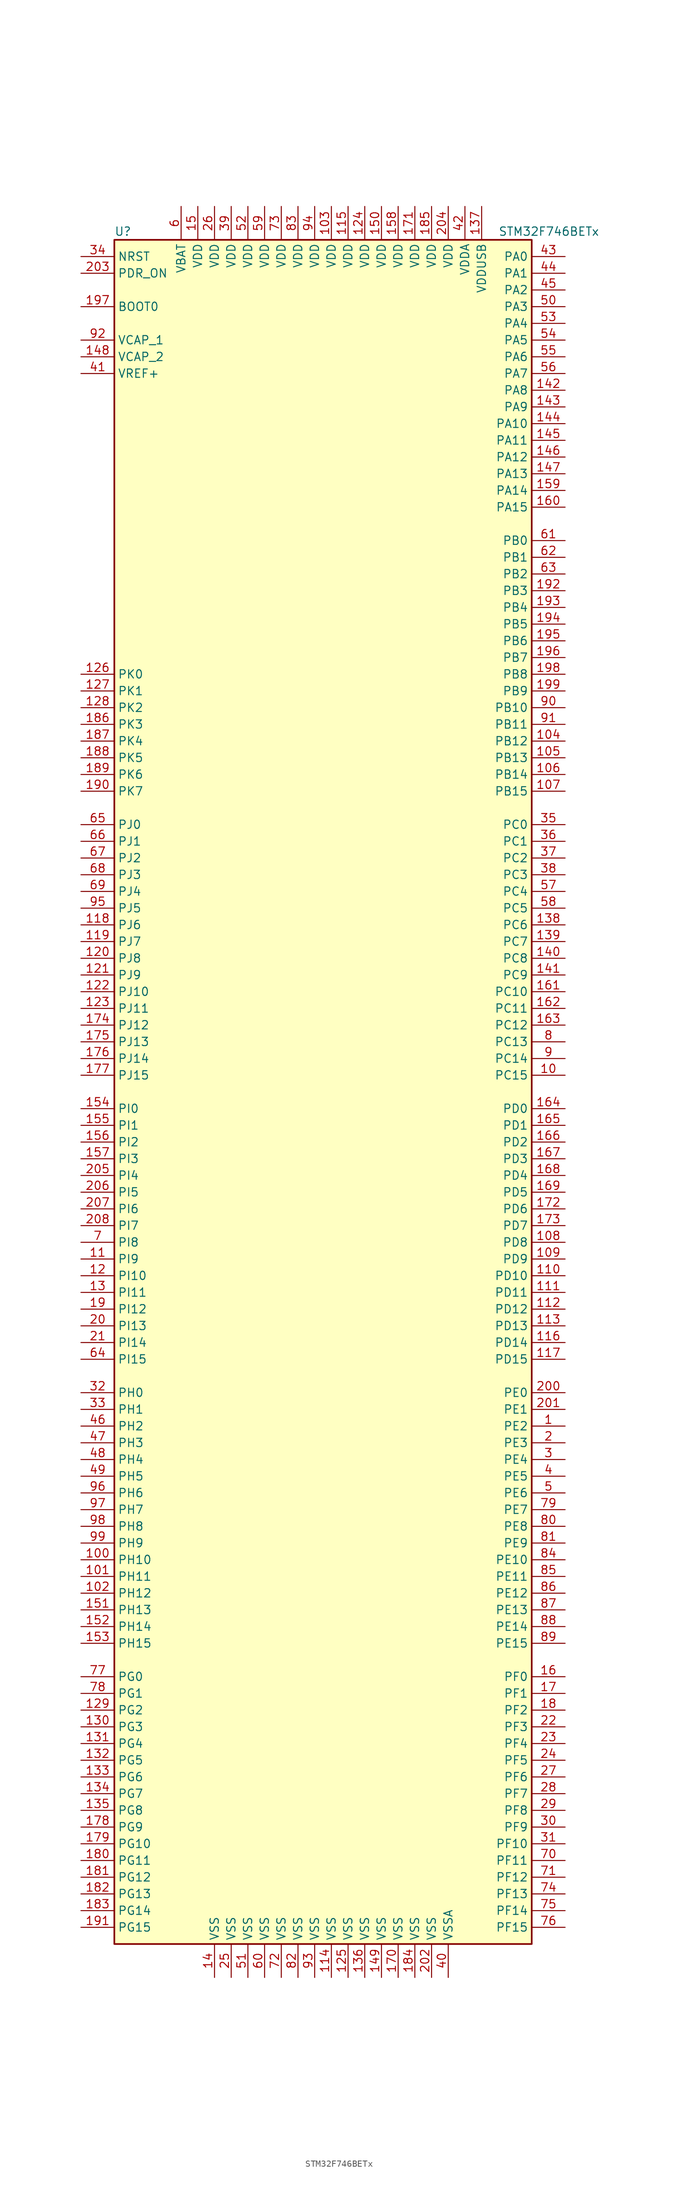
<source format=kicad_sym>
(kicad_symbol_lib
  (version 20201005)
  (generator kicad_symbol_editor)
  (symbol "STM32F746BETx"
    (property "Reference" "U"
      (at -33.02 130.81 0)
      (effects (font (size 1.27 1.27)) (justify left)))
    (property "Value" "STM32F746BETx"
      (at 25.4 130.81 0)
      (effects (font (size 1.27 1.27)) (justify left)))
    (symbol "STM32F746BETx_0_1"
      (rectangle (start -33.02 -129.54) (end 30.48 129.54) (stroke (width 0.254)) (fill (type background))))
    (symbol "STM32F746BETx_1_1"
      (pin input line (at -38.1 119.38 0) (length 5.08) (name "BOOT0" (effects (font (size 1.27 1.27)))) (number "197" (effects (font (size 1.27 1.27)))))
      (pin input line (at -38.1 127 0) (length 5.08) (name "NRST" (effects (font (size 1.27 1.27)))) (number "34" (effects (font (size 1.27 1.27)))))
      (pin bidirectional line (at 35.56 127 180) (length 5.08) (name "PA0" (effects (font (size 1.27 1.27)))) (number "43" (effects (font (size 1.27 1.27)))))
      (pin bidirectional line (at 35.56 124.46 180) (length 5.08) (name "PA1" (effects (font (size 1.27 1.27)))) (number "44" (effects (font (size 1.27 1.27)))))
      (pin bidirectional line (at 35.56 101.6 180) (length 5.08) (name "PA10" (effects (font (size 1.27 1.27)))) (number "144" (effects (font (size 1.27 1.27)))))
      (pin bidirectional line (at 35.56 99.06 180) (length 5.08) (name "PA11" (effects (font (size 1.27 1.27)))) (number "145" (effects (font (size 1.27 1.27)))))
      (pin bidirectional line (at 35.56 96.52 180) (length 5.08) (name "PA12" (effects (font (size 1.27 1.27)))) (number "146" (effects (font (size 1.27 1.27)))))
      (pin bidirectional line (at 35.56 93.98 180) (length 5.08) (name "PA13" (effects (font (size 1.27 1.27)))) (number "147" (effects (font (size 1.27 1.27)))))
      (pin bidirectional line (at 35.56 91.44 180) (length 5.08) (name "PA14" (effects (font (size 1.27 1.27)))) (number "159" (effects (font (size 1.27 1.27)))))
      (pin bidirectional line (at 35.56 88.9 180) (length 5.08) (name "PA15" (effects (font (size 1.27 1.27)))) (number "160" (effects (font (size 1.27 1.27)))))
      (pin bidirectional line (at 35.56 121.92 180) (length 5.08) (name "PA2" (effects (font (size 1.27 1.27)))) (number "45" (effects (font (size 1.27 1.27)))))
      (pin bidirectional line (at 35.56 119.38 180) (length 5.08) (name "PA3" (effects (font (size 1.27 1.27)))) (number "50" (effects (font (size 1.27 1.27)))))
      (pin bidirectional line (at 35.56 116.84 180) (length 5.08) (name "PA4" (effects (font (size 1.27 1.27)))) (number "53" (effects (font (size 1.27 1.27)))))
      (pin bidirectional line (at 35.56 114.3 180) (length 5.08) (name "PA5" (effects (font (size 1.27 1.27)))) (number "54" (effects (font (size 1.27 1.27)))))
      (pin bidirectional line (at 35.56 111.76 180) (length 5.08) (name "PA6" (effects (font (size 1.27 1.27)))) (number "55" (effects (font (size 1.27 1.27)))))
      (pin bidirectional line (at 35.56 109.22 180) (length 5.08) (name "PA7" (effects (font (size 1.27 1.27)))) (number "56" (effects (font (size 1.27 1.27)))))
      (pin bidirectional line (at 35.56 106.68 180) (length 5.08) (name "PA8" (effects (font (size 1.27 1.27)))) (number "142" (effects (font (size 1.27 1.27)))))
      (pin bidirectional line (at 35.56 104.14 180) (length 5.08) (name "PA9" (effects (font (size 1.27 1.27)))) (number "143" (effects (font (size 1.27 1.27)))))
      (pin bidirectional line (at 35.56 83.82 180) (length 5.08) (name "PB0" (effects (font (size 1.27 1.27)))) (number "61" (effects (font (size 1.27 1.27)))))
      (pin bidirectional line (at 35.56 81.28 180) (length 5.08) (name "PB1" (effects (font (size 1.27 1.27)))) (number "62" (effects (font (size 1.27 1.27)))))
      (pin bidirectional line (at 35.56 58.42 180) (length 5.08) (name "PB10" (effects (font (size 1.27 1.27)))) (number "90" (effects (font (size 1.27 1.27)))))
      (pin bidirectional line (at 35.56 55.88 180) (length 5.08) (name "PB11" (effects (font (size 1.27 1.27)))) (number "91" (effects (font (size 1.27 1.27)))))
      (pin bidirectional line (at 35.56 53.34 180) (length 5.08) (name "PB12" (effects (font (size 1.27 1.27)))) (number "104" (effects (font (size 1.27 1.27)))))
      (pin bidirectional line (at 35.56 50.8 180) (length 5.08) (name "PB13" (effects (font (size 1.27 1.27)))) (number "105" (effects (font (size 1.27 1.27)))))
      (pin bidirectional line (at 35.56 48.26 180) (length 5.08) (name "PB14" (effects (font (size 1.27 1.27)))) (number "106" (effects (font (size 1.27 1.27)))))
      (pin bidirectional line (at 35.56 45.72 180) (length 5.08) (name "PB15" (effects (font (size 1.27 1.27)))) (number "107" (effects (font (size 1.27 1.27)))))
      (pin bidirectional line (at 35.56 78.74 180) (length 5.08) (name "PB2" (effects (font (size 1.27 1.27)))) (number "63" (effects (font (size 1.27 1.27)))))
      (pin bidirectional line (at 35.56 76.2 180) (length 5.08) (name "PB3" (effects (font (size 1.27 1.27)))) (number "192" (effects (font (size 1.27 1.27)))))
      (pin bidirectional line (at 35.56 73.66 180) (length 5.08) (name "PB4" (effects (font (size 1.27 1.27)))) (number "193" (effects (font (size 1.27 1.27)))))
      (pin bidirectional line (at 35.56 71.12 180) (length 5.08) (name "PB5" (effects (font (size 1.27 1.27)))) (number "194" (effects (font (size 1.27 1.27)))))
      (pin bidirectional line (at 35.56 68.58 180) (length 5.08) (name "PB6" (effects (font (size 1.27 1.27)))) (number "195" (effects (font (size 1.27 1.27)))))
      (pin bidirectional line (at 35.56 66.04 180) (length 5.08) (name "PB7" (effects (font (size 1.27 1.27)))) (number "196" (effects (font (size 1.27 1.27)))))
      (pin bidirectional line (at 35.56 63.5 180) (length 5.08) (name "PB8" (effects (font (size 1.27 1.27)))) (number "198" (effects (font (size 1.27 1.27)))))
      (pin bidirectional line (at 35.56 60.96 180) (length 5.08) (name "PB9" (effects (font (size 1.27 1.27)))) (number "199" (effects (font (size 1.27 1.27)))))
      (pin bidirectional line (at 35.56 40.64 180) (length 5.08) (name "PC0" (effects (font (size 1.27 1.27)))) (number "35" (effects (font (size 1.27 1.27)))))
      (pin bidirectional line (at 35.56 38.1 180) (length 5.08) (name "PC1" (effects (font (size 1.27 1.27)))) (number "36" (effects (font (size 1.27 1.27)))))
      (pin bidirectional line (at 35.56 15.24 180) (length 5.08) (name "PC10" (effects (font (size 1.27 1.27)))) (number "161" (effects (font (size 1.27 1.27)))))
      (pin bidirectional line (at 35.56 12.7 180) (length 5.08) (name "PC11" (effects (font (size 1.27 1.27)))) (number "162" (effects (font (size 1.27 1.27)))))
      (pin bidirectional line (at 35.56 10.16 180) (length 5.08) (name "PC12" (effects (font (size 1.27 1.27)))) (number "163" (effects (font (size 1.27 1.27)))))
      (pin bidirectional line (at 35.56 7.62 180) (length 5.08) (name "PC13" (effects (font (size 1.27 1.27)))) (number "8" (effects (font (size 1.27 1.27)))))
      (pin bidirectional line (at 35.56 5.08 180) (length 5.08) (name "PC14" (effects (font (size 1.27 1.27)))) (number "9" (effects (font (size 1.27 1.27)))))
      (pin bidirectional line (at 35.56 2.54 180) (length 5.08) (name "PC15" (effects (font (size 1.27 1.27)))) (number "10" (effects (font (size 1.27 1.27)))))
      (pin bidirectional line (at 35.56 35.56 180) (length 5.08) (name "PC2" (effects (font (size 1.27 1.27)))) (number "37" (effects (font (size 1.27 1.27)))))
      (pin bidirectional line (at 35.56 33.02 180) (length 5.08) (name "PC3" (effects (font (size 1.27 1.27)))) (number "38" (effects (font (size 1.27 1.27)))))
      (pin bidirectional line (at 35.56 30.48 180) (length 5.08) (name "PC4" (effects (font (size 1.27 1.27)))) (number "57" (effects (font (size 1.27 1.27)))))
      (pin bidirectional line (at 35.56 27.94 180) (length 5.08) (name "PC5" (effects (font (size 1.27 1.27)))) (number "58" (effects (font (size 1.27 1.27)))))
      (pin bidirectional line (at 35.56 25.4 180) (length 5.08) (name "PC6" (effects (font (size 1.27 1.27)))) (number "138" (effects (font (size 1.27 1.27)))))
      (pin bidirectional line (at 35.56 22.86 180) (length 5.08) (name "PC7" (effects (font (size 1.27 1.27)))) (number "139" (effects (font (size 1.27 1.27)))))
      (pin bidirectional line (at 35.56 20.32 180) (length 5.08) (name "PC8" (effects (font (size 1.27 1.27)))) (number "140" (effects (font (size 1.27 1.27)))))
      (pin bidirectional line (at 35.56 17.78 180) (length 5.08) (name "PC9" (effects (font (size 1.27 1.27)))) (number "141" (effects (font (size 1.27 1.27)))))
      (pin bidirectional line (at 35.56 -2.54 180) (length 5.08) (name "PD0" (effects (font (size 1.27 1.27)))) (number "164" (effects (font (size 1.27 1.27)))))
      (pin bidirectional line (at 35.56 -5.08 180) (length 5.08) (name "PD1" (effects (font (size 1.27 1.27)))) (number "165" (effects (font (size 1.27 1.27)))))
      (pin bidirectional line (at 35.56 -27.94 180) (length 5.08) (name "PD10" (effects (font (size 1.27 1.27)))) (number "110" (effects (font (size 1.27 1.27)))))
      (pin bidirectional line (at 35.56 -30.48 180) (length 5.08) (name "PD11" (effects (font (size 1.27 1.27)))) (number "111" (effects (font (size 1.27 1.27)))))
      (pin bidirectional line (at 35.56 -33.02 180) (length 5.08) (name "PD12" (effects (font (size 1.27 1.27)))) (number "112" (effects (font (size 1.27 1.27)))))
      (pin bidirectional line (at 35.56 -35.56 180) (length 5.08) (name "PD13" (effects (font (size 1.27 1.27)))) (number "113" (effects (font (size 1.27 1.27)))))
      (pin bidirectional line (at 35.56 -38.1 180) (length 5.08) (name "PD14" (effects (font (size 1.27 1.27)))) (number "116" (effects (font (size 1.27 1.27)))))
      (pin bidirectional line (at 35.56 -40.64 180) (length 5.08) (name "PD15" (effects (font (size 1.27 1.27)))) (number "117" (effects (font (size 1.27 1.27)))))
      (pin bidirectional line (at 35.56 -7.62 180) (length 5.08) (name "PD2" (effects (font (size 1.27 1.27)))) (number "166" (effects (font (size 1.27 1.27)))))
      (pin bidirectional line (at 35.56 -10.16 180) (length 5.08) (name "PD3" (effects (font (size 1.27 1.27)))) (number "167" (effects (font (size 1.27 1.27)))))
      (pin bidirectional line (at 35.56 -12.7 180) (length 5.08) (name "PD4" (effects (font (size 1.27 1.27)))) (number "168" (effects (font (size 1.27 1.27)))))
      (pin bidirectional line (at 35.56 -15.24 180) (length 5.08) (name "PD5" (effects (font (size 1.27 1.27)))) (number "169" (effects (font (size 1.27 1.27)))))
      (pin bidirectional line (at 35.56 -17.78 180) (length 5.08) (name "PD6" (effects (font (size 1.27 1.27)))) (number "172" (effects (font (size 1.27 1.27)))))
      (pin bidirectional line (at 35.56 -20.32 180) (length 5.08) (name "PD7" (effects (font (size 1.27 1.27)))) (number "173" (effects (font (size 1.27 1.27)))))
      (pin bidirectional line (at 35.56 -22.86 180) (length 5.08) (name "PD8" (effects (font (size 1.27 1.27)))) (number "108" (effects (font (size 1.27 1.27)))))
      (pin bidirectional line (at 35.56 -25.4 180) (length 5.08) (name "PD9" (effects (font (size 1.27 1.27)))) (number "109" (effects (font (size 1.27 1.27)))))
      (pin input line (at -38.1 124.46 0) (length 5.08) (name "PDR_ON" (effects (font (size 1.27 1.27)))) (number "203" (effects (font (size 1.27 1.27)))))
      (pin bidirectional line (at 35.56 -45.72 180) (length 5.08) (name "PE0" (effects (font (size 1.27 1.27)))) (number "200" (effects (font (size 1.27 1.27)))))
      (pin bidirectional line (at 35.56 -48.26 180) (length 5.08) (name "PE1" (effects (font (size 1.27 1.27)))) (number "201" (effects (font (size 1.27 1.27)))))
      (pin bidirectional line (at 35.56 -71.12 180) (length 5.08) (name "PE10" (effects (font (size 1.27 1.27)))) (number "84" (effects (font (size 1.27 1.27)))))
      (pin bidirectional line (at 35.56 -73.66 180) (length 5.08) (name "PE11" (effects (font (size 1.27 1.27)))) (number "85" (effects (font (size 1.27 1.27)))))
      (pin bidirectional line (at 35.56 -76.2 180) (length 5.08) (name "PE12" (effects (font (size 1.27 1.27)))) (number "86" (effects (font (size 1.27 1.27)))))
      (pin bidirectional line (at 35.56 -78.74 180) (length 5.08) (name "PE13" (effects (font (size 1.27 1.27)))) (number "87" (effects (font (size 1.27 1.27)))))
      (pin bidirectional line (at 35.56 -81.28 180) (length 5.08) (name "PE14" (effects (font (size 1.27 1.27)))) (number "88" (effects (font (size 1.27 1.27)))))
      (pin bidirectional line (at 35.56 -83.82 180) (length 5.08) (name "PE15" (effects (font (size 1.27 1.27)))) (number "89" (effects (font (size 1.27 1.27)))))
      (pin bidirectional line (at 35.56 -50.8 180) (length 5.08) (name "PE2" (effects (font (size 1.27 1.27)))) (number "1" (effects (font (size 1.27 1.27)))))
      (pin bidirectional line (at 35.56 -53.34 180) (length 5.08) (name "PE3" (effects (font (size 1.27 1.27)))) (number "2" (effects (font (size 1.27 1.27)))))
      (pin bidirectional line (at 35.56 -55.88 180) (length 5.08) (name "PE4" (effects (font (size 1.27 1.27)))) (number "3" (effects (font (size 1.27 1.27)))))
      (pin bidirectional line (at 35.56 -58.42 180) (length 5.08) (name "PE5" (effects (font (size 1.27 1.27)))) (number "4" (effects (font (size 1.27 1.27)))))
      (pin bidirectional line (at 35.56 -60.96 180) (length 5.08) (name "PE6" (effects (font (size 1.27 1.27)))) (number "5" (effects (font (size 1.27 1.27)))))
      (pin bidirectional line (at 35.56 -63.5 180) (length 5.08) (name "PE7" (effects (font (size 1.27 1.27)))) (number "79" (effects (font (size 1.27 1.27)))))
      (pin bidirectional line (at 35.56 -66.04 180) (length 5.08) (name "PE8" (effects (font (size 1.27 1.27)))) (number "80" (effects (font (size 1.27 1.27)))))
      (pin bidirectional line (at 35.56 -68.58 180) (length 5.08) (name "PE9" (effects (font (size 1.27 1.27)))) (number "81" (effects (font (size 1.27 1.27)))))
      (pin bidirectional line (at 35.56 -88.9 180) (length 5.08) (name "PF0" (effects (font (size 1.27 1.27)))) (number "16" (effects (font (size 1.27 1.27)))))
      (pin bidirectional line (at 35.56 -91.44 180) (length 5.08) (name "PF1" (effects (font (size 1.27 1.27)))) (number "17" (effects (font (size 1.27 1.27)))))
      (pin bidirectional line (at 35.56 -114.3 180) (length 5.08) (name "PF10" (effects (font (size 1.27 1.27)))) (number "31" (effects (font (size 1.27 1.27)))))
      (pin bidirectional line (at 35.56 -116.84 180) (length 5.08) (name "PF11" (effects (font (size 1.27 1.27)))) (number "70" (effects (font (size 1.27 1.27)))))
      (pin bidirectional line (at 35.56 -119.38 180) (length 5.08) (name "PF12" (effects (font (size 1.27 1.27)))) (number "71" (effects (font (size 1.27 1.27)))))
      (pin bidirectional line (at 35.56 -121.92 180) (length 5.08) (name "PF13" (effects (font (size 1.27 1.27)))) (number "74" (effects (font (size 1.27 1.27)))))
      (pin bidirectional line (at 35.56 -124.46 180) (length 5.08) (name "PF14" (effects (font (size 1.27 1.27)))) (number "75" (effects (font (size 1.27 1.27)))))
      (pin bidirectional line (at 35.56 -127 180) (length 5.08) (name "PF15" (effects (font (size 1.27 1.27)))) (number "76" (effects (font (size 1.27 1.27)))))
      (pin bidirectional line (at 35.56 -93.98 180) (length 5.08) (name "PF2" (effects (font (size 1.27 1.27)))) (number "18" (effects (font (size 1.27 1.27)))))
      (pin bidirectional line (at 35.56 -96.52 180) (length 5.08) (name "PF3" (effects (font (size 1.27 1.27)))) (number "22" (effects (font (size 1.27 1.27)))))
      (pin bidirectional line (at 35.56 -99.06 180) (length 5.08) (name "PF4" (effects (font (size 1.27 1.27)))) (number "23" (effects (font (size 1.27 1.27)))))
      (pin bidirectional line (at 35.56 -101.6 180) (length 5.08) (name "PF5" (effects (font (size 1.27 1.27)))) (number "24" (effects (font (size 1.27 1.27)))))
      (pin bidirectional line (at 35.56 -104.14 180) (length 5.08) (name "PF6" (effects (font (size 1.27 1.27)))) (number "27" (effects (font (size 1.27 1.27)))))
      (pin bidirectional line (at 35.56 -106.68 180) (length 5.08) (name "PF7" (effects (font (size 1.27 1.27)))) (number "28" (effects (font (size 1.27 1.27)))))
      (pin bidirectional line (at 35.56 -109.22 180) (length 5.08) (name "PF8" (effects (font (size 1.27 1.27)))) (number "29" (effects (font (size 1.27 1.27)))))
      (pin bidirectional line (at 35.56 -111.76 180) (length 5.08) (name "PF9" (effects (font (size 1.27 1.27)))) (number "30" (effects (font (size 1.27 1.27)))))
      (pin bidirectional line (at -38.1 -88.9 0) (length 5.08) (name "PG0" (effects (font (size 1.27 1.27)))) (number "77" (effects (font (size 1.27 1.27)))))
      (pin bidirectional line (at -38.1 -91.44 0) (length 5.08) (name "PG1" (effects (font (size 1.27 1.27)))) (number "78" (effects (font (size 1.27 1.27)))))
      (pin bidirectional line (at -38.1 -114.3 0) (length 5.08) (name "PG10" (effects (font (size 1.27 1.27)))) (number "179" (effects (font (size 1.27 1.27)))))
      (pin bidirectional line (at -38.1 -116.84 0) (length 5.08) (name "PG11" (effects (font (size 1.27 1.27)))) (number "180" (effects (font (size 1.27 1.27)))))
      (pin bidirectional line (at -38.1 -119.38 0) (length 5.08) (name "PG12" (effects (font (size 1.27 1.27)))) (number "181" (effects (font (size 1.27 1.27)))))
      (pin bidirectional line (at -38.1 -121.92 0) (length 5.08) (name "PG13" (effects (font (size 1.27 1.27)))) (number "182" (effects (font (size 1.27 1.27)))))
      (pin bidirectional line (at -38.1 -124.46 0) (length 5.08) (name "PG14" (effects (font (size 1.27 1.27)))) (number "183" (effects (font (size 1.27 1.27)))))
      (pin bidirectional line (at -38.1 -127 0) (length 5.08) (name "PG15" (effects (font (size 1.27 1.27)))) (number "191" (effects (font (size 1.27 1.27)))))
      (pin bidirectional line (at -38.1 -93.98 0) (length 5.08) (name "PG2" (effects (font (size 1.27 1.27)))) (number "129" (effects (font (size 1.27 1.27)))))
      (pin bidirectional line (at -38.1 -96.52 0) (length 5.08) (name "PG3" (effects (font (size 1.27 1.27)))) (number "130" (effects (font (size 1.27 1.27)))))
      (pin bidirectional line (at -38.1 -99.06 0) (length 5.08) (name "PG4" (effects (font (size 1.27 1.27)))) (number "131" (effects (font (size 1.27 1.27)))))
      (pin bidirectional line (at -38.1 -101.6 0) (length 5.08) (name "PG5" (effects (font (size 1.27 1.27)))) (number "132" (effects (font (size 1.27 1.27)))))
      (pin bidirectional line (at -38.1 -104.14 0) (length 5.08) (name "PG6" (effects (font (size 1.27 1.27)))) (number "133" (effects (font (size 1.27 1.27)))))
      (pin bidirectional line (at -38.1 -106.68 0) (length 5.08) (name "PG7" (effects (font (size 1.27 1.27)))) (number "134" (effects (font (size 1.27 1.27)))))
      (pin bidirectional line (at -38.1 -109.22 0) (length 5.08) (name "PG8" (effects (font (size 1.27 1.27)))) (number "135" (effects (font (size 1.27 1.27)))))
      (pin bidirectional line (at -38.1 -111.76 0) (length 5.08) (name "PG9" (effects (font (size 1.27 1.27)))) (number "178" (effects (font (size 1.27 1.27)))))
      (pin input line (at -38.1 -45.72 0) (length 5.08) (name "PH0" (effects (font (size 1.27 1.27)))) (number "32" (effects (font (size 1.27 1.27)))))
      (pin input line (at -38.1 -48.26 0) (length 5.08) (name "PH1" (effects (font (size 1.27 1.27)))) (number "33" (effects (font (size 1.27 1.27)))))
      (pin bidirectional line (at -38.1 -71.12 0) (length 5.08) (name "PH10" (effects (font (size 1.27 1.27)))) (number "100" (effects (font (size 1.27 1.27)))))
      (pin bidirectional line (at -38.1 -73.66 0) (length 5.08) (name "PH11" (effects (font (size 1.27 1.27)))) (number "101" (effects (font (size 1.27 1.27)))))
      (pin bidirectional line (at -38.1 -76.2 0) (length 5.08) (name "PH12" (effects (font (size 1.27 1.27)))) (number "102" (effects (font (size 1.27 1.27)))))
      (pin bidirectional line (at -38.1 -78.74 0) (length 5.08) (name "PH13" (effects (font (size 1.27 1.27)))) (number "151" (effects (font (size 1.27 1.27)))))
      (pin bidirectional line (at -38.1 -81.28 0) (length 5.08) (name "PH14" (effects (font (size 1.27 1.27)))) (number "152" (effects (font (size 1.27 1.27)))))
      (pin bidirectional line (at -38.1 -83.82 0) (length 5.08) (name "PH15" (effects (font (size 1.27 1.27)))) (number "153" (effects (font (size 1.27 1.27)))))
      (pin bidirectional line (at -38.1 -50.8 0) (length 5.08) (name "PH2" (effects (font (size 1.27 1.27)))) (number "46" (effects (font (size 1.27 1.27)))))
      (pin bidirectional line (at -38.1 -53.34 0) (length 5.08) (name "PH3" (effects (font (size 1.27 1.27)))) (number "47" (effects (font (size 1.27 1.27)))))
      (pin bidirectional line (at -38.1 -55.88 0) (length 5.08) (name "PH4" (effects (font (size 1.27 1.27)))) (number "48" (effects (font (size 1.27 1.27)))))
      (pin bidirectional line (at -38.1 -58.42 0) (length 5.08) (name "PH5" (effects (font (size 1.27 1.27)))) (number "49" (effects (font (size 1.27 1.27)))))
      (pin bidirectional line (at -38.1 -60.96 0) (length 5.08) (name "PH6" (effects (font (size 1.27 1.27)))) (number "96" (effects (font (size 1.27 1.27)))))
      (pin bidirectional line (at -38.1 -63.5 0) (length 5.08) (name "PH7" (effects (font (size 1.27 1.27)))) (number "97" (effects (font (size 1.27 1.27)))))
      (pin bidirectional line (at -38.1 -66.04 0) (length 5.08) (name "PH8" (effects (font (size 1.27 1.27)))) (number "98" (effects (font (size 1.27 1.27)))))
      (pin bidirectional line (at -38.1 -68.58 0) (length 5.08) (name "PH9" (effects (font (size 1.27 1.27)))) (number "99" (effects (font (size 1.27 1.27)))))
      (pin bidirectional line (at -38.1 -2.54 0) (length 5.08) (name "PI0" (effects (font (size 1.27 1.27)))) (number "154" (effects (font (size 1.27 1.27)))))
      (pin bidirectional line (at -38.1 -5.08 0) (length 5.08) (name "PI1" (effects (font (size 1.27 1.27)))) (number "155" (effects (font (size 1.27 1.27)))))
      (pin bidirectional line (at -38.1 -27.94 0) (length 5.08) (name "PI10" (effects (font (size 1.27 1.27)))) (number "12" (effects (font (size 1.27 1.27)))))
      (pin bidirectional line (at -38.1 -30.48 0) (length 5.08) (name "PI11" (effects (font (size 1.27 1.27)))) (number "13" (effects (font (size 1.27 1.27)))))
      (pin bidirectional line (at -38.1 -33.02 0) (length 5.08) (name "PI12" (effects (font (size 1.27 1.27)))) (number "19" (effects (font (size 1.27 1.27)))))
      (pin bidirectional line (at -38.1 -35.56 0) (length 5.08) (name "PI13" (effects (font (size 1.27 1.27)))) (number "20" (effects (font (size 1.27 1.27)))))
      (pin bidirectional line (at -38.1 -38.1 0) (length 5.08) (name "PI14" (effects (font (size 1.27 1.27)))) (number "21" (effects (font (size 1.27 1.27)))))
      (pin bidirectional line (at -38.1 -40.64 0) (length 5.08) (name "PI15" (effects (font (size 1.27 1.27)))) (number "64" (effects (font (size 1.27 1.27)))))
      (pin bidirectional line (at -38.1 -7.62 0) (length 5.08) (name "PI2" (effects (font (size 1.27 1.27)))) (number "156" (effects (font (size 1.27 1.27)))))
      (pin bidirectional line (at -38.1 -10.16 0) (length 5.08) (name "PI3" (effects (font (size 1.27 1.27)))) (number "157" (effects (font (size 1.27 1.27)))))
      (pin bidirectional line (at -38.1 -12.7 0) (length 5.08) (name "PI4" (effects (font (size 1.27 1.27)))) (number "205" (effects (font (size 1.27 1.27)))))
      (pin bidirectional line (at -38.1 -15.24 0) (length 5.08) (name "PI5" (effects (font (size 1.27 1.27)))) (number "206" (effects (font (size 1.27 1.27)))))
      (pin bidirectional line (at -38.1 -17.78 0) (length 5.08) (name "PI6" (effects (font (size 1.27 1.27)))) (number "207" (effects (font (size 1.27 1.27)))))
      (pin bidirectional line (at -38.1 -20.32 0) (length 5.08) (name "PI7" (effects (font (size 1.27 1.27)))) (number "208" (effects (font (size 1.27 1.27)))))
      (pin bidirectional line (at -38.1 -22.86 0) (length 5.08) (name "PI8" (effects (font (size 1.27 1.27)))) (number "7" (effects (font (size 1.27 1.27)))))
      (pin bidirectional line (at -38.1 -25.4 0) (length 5.08) (name "PI9" (effects (font (size 1.27 1.27)))) (number "11" (effects (font (size 1.27 1.27)))))
      (pin bidirectional line (at -38.1 40.64 0) (length 5.08) (name "PJ0" (effects (font (size 1.27 1.27)))) (number "65" (effects (font (size 1.27 1.27)))))
      (pin bidirectional line (at -38.1 38.1 0) (length 5.08) (name "PJ1" (effects (font (size 1.27 1.27)))) (number "66" (effects (font (size 1.27 1.27)))))
      (pin bidirectional line (at -38.1 15.24 0) (length 5.08) (name "PJ10" (effects (font (size 1.27 1.27)))) (number "122" (effects (font (size 1.27 1.27)))))
      (pin bidirectional line (at -38.1 12.7 0) (length 5.08) (name "PJ11" (effects (font (size 1.27 1.27)))) (number "123" (effects (font (size 1.27 1.27)))))
      (pin bidirectional line (at -38.1 10.16 0) (length 5.08) (name "PJ12" (effects (font (size 1.27 1.27)))) (number "174" (effects (font (size 1.27 1.27)))))
      (pin bidirectional line (at -38.1 7.62 0) (length 5.08) (name "PJ13" (effects (font (size 1.27 1.27)))) (number "175" (effects (font (size 1.27 1.27)))))
      (pin bidirectional line (at -38.1 5.08 0) (length 5.08) (name "PJ14" (effects (font (size 1.27 1.27)))) (number "176" (effects (font (size 1.27 1.27)))))
      (pin bidirectional line (at -38.1 2.54 0) (length 5.08) (name "PJ15" (effects (font (size 1.27 1.27)))) (number "177" (effects (font (size 1.27 1.27)))))
      (pin bidirectional line (at -38.1 35.56 0) (length 5.08) (name "PJ2" (effects (font (size 1.27 1.27)))) (number "67" (effects (font (size 1.27 1.27)))))
      (pin bidirectional line (at -38.1 33.02 0) (length 5.08) (name "PJ3" (effects (font (size 1.27 1.27)))) (number "68" (effects (font (size 1.27 1.27)))))
      (pin bidirectional line (at -38.1 30.48 0) (length 5.08) (name "PJ4" (effects (font (size 1.27 1.27)))) (number "69" (effects (font (size 1.27 1.27)))))
      (pin bidirectional line (at -38.1 27.94 0) (length 5.08) (name "PJ5" (effects (font (size 1.27 1.27)))) (number "95" (effects (font (size 1.27 1.27)))))
      (pin bidirectional line (at -38.1 25.4 0) (length 5.08) (name "PJ6" (effects (font (size 1.27 1.27)))) (number "118" (effects (font (size 1.27 1.27)))))
      (pin bidirectional line (at -38.1 22.86 0) (length 5.08) (name "PJ7" (effects (font (size 1.27 1.27)))) (number "119" (effects (font (size 1.27 1.27)))))
      (pin bidirectional line (at -38.1 20.32 0) (length 5.08) (name "PJ8" (effects (font (size 1.27 1.27)))) (number "120" (effects (font (size 1.27 1.27)))))
      (pin bidirectional line (at -38.1 17.78 0) (length 5.08) (name "PJ9" (effects (font (size 1.27 1.27)))) (number "121" (effects (font (size 1.27 1.27)))))
      (pin bidirectional line (at -38.1 63.5 0) (length 5.08) (name "PK0" (effects (font (size 1.27 1.27)))) (number "126" (effects (font (size 1.27 1.27)))))
      (pin bidirectional line (at -38.1 60.96 0) (length 5.08) (name "PK1" (effects (font (size 1.27 1.27)))) (number "127" (effects (font (size 1.27 1.27)))))
      (pin bidirectional line (at -38.1 58.42 0) (length 5.08) (name "PK2" (effects (font (size 1.27 1.27)))) (number "128" (effects (font (size 1.27 1.27)))))
      (pin bidirectional line (at -38.1 55.88 0) (length 5.08) (name "PK3" (effects (font (size 1.27 1.27)))) (number "186" (effects (font (size 1.27 1.27)))))
      (pin bidirectional line (at -38.1 53.34 0) (length 5.08) (name "PK4" (effects (font (size 1.27 1.27)))) (number "187" (effects (font (size 1.27 1.27)))))
      (pin bidirectional line (at -38.1 50.8 0) (length 5.08) (name "PK5" (effects (font (size 1.27 1.27)))) (number "188" (effects (font (size 1.27 1.27)))))
      (pin bidirectional line (at -38.1 48.26 0) (length 5.08) (name "PK6" (effects (font (size 1.27 1.27)))) (number "189" (effects (font (size 1.27 1.27)))))
      (pin bidirectional line (at -38.1 45.72 0) (length 5.08) (name "PK7" (effects (font (size 1.27 1.27)))) (number "190" (effects (font (size 1.27 1.27)))))
      (pin power_in line (at -22.86 134.62 270) (length 5.08) (name "VBAT" (effects (font (size 1.27 1.27)))) (number "6" (effects (font (size 1.27 1.27)))))
      (pin power_in line (at -38.1 114.3 0) (length 5.08) (name "VCAP_1" (effects (font (size 1.27 1.27)))) (number "92" (effects (font (size 1.27 1.27)))))
      (pin power_in line (at -38.1 111.76 0) (length 5.08) (name "VCAP_2" (effects (font (size 1.27 1.27)))) (number "148" (effects (font (size 1.27 1.27)))))
      (pin power_in line (at 0 134.62 270) (length 5.08) (name "VDD" (effects (font (size 1.27 1.27)))) (number "103" (effects (font (size 1.27 1.27)))))
      (pin power_in line (at 2.54 134.62 270) (length 5.08) (name "VDD" (effects (font (size 1.27 1.27)))) (number "115" (effects (font (size 1.27 1.27)))))
      (pin power_in line (at 5.08 134.62 270) (length 5.08) (name "VDD" (effects (font (size 1.27 1.27)))) (number "124" (effects (font (size 1.27 1.27)))))
      (pin power_in line (at -20.32 134.62 270) (length 5.08) (name "VDD" (effects (font (size 1.27 1.27)))) (number "15" (effects (font (size 1.27 1.27)))))
      (pin power_in line (at 7.62 134.62 270) (length 5.08) (name "VDD" (effects (font (size 1.27 1.27)))) (number "150" (effects (font (size 1.27 1.27)))))
      (pin power_in line (at 10.16 134.62 270) (length 5.08) (name "VDD" (effects (font (size 1.27 1.27)))) (number "158" (effects (font (size 1.27 1.27)))))
      (pin power_in line (at 12.7 134.62 270) (length 5.08) (name "VDD" (effects (font (size 1.27 1.27)))) (number "171" (effects (font (size 1.27 1.27)))))
      (pin power_in line (at 15.24 134.62 270) (length 5.08) (name "VDD" (effects (font (size 1.27 1.27)))) (number "185" (effects (font (size 1.27 1.27)))))
      (pin power_in line (at 17.78 134.62 270) (length 5.08) (name "VDD" (effects (font (size 1.27 1.27)))) (number "204" (effects (font (size 1.27 1.27)))))
      (pin power_in line (at -17.78 134.62 270) (length 5.08) (name "VDD" (effects (font (size 1.27 1.27)))) (number "26" (effects (font (size 1.27 1.27)))))
      (pin power_in line (at -15.24 134.62 270) (length 5.08) (name "VDD" (effects (font (size 1.27 1.27)))) (number "39" (effects (font (size 1.27 1.27)))))
      (pin power_in line (at -12.7 134.62 270) (length 5.08) (name "VDD" (effects (font (size 1.27 1.27)))) (number "52" (effects (font (size 1.27 1.27)))))
      (pin power_in line (at -10.16 134.62 270) (length 5.08) (name "VDD" (effects (font (size 1.27 1.27)))) (number "59" (effects (font (size 1.27 1.27)))))
      (pin power_in line (at -7.62 134.62 270) (length 5.08) (name "VDD" (effects (font (size 1.27 1.27)))) (number "73" (effects (font (size 1.27 1.27)))))
      (pin power_in line (at -5.08 134.62 270) (length 5.08) (name "VDD" (effects (font (size 1.27 1.27)))) (number "83" (effects (font (size 1.27 1.27)))))
      (pin power_in line (at -2.54 134.62 270) (length 5.08) (name "VDD" (effects (font (size 1.27 1.27)))) (number "94" (effects (font (size 1.27 1.27)))))
      (pin power_in line (at 20.32 134.62 270) (length 5.08) (name "VDDA" (effects (font (size 1.27 1.27)))) (number "42" (effects (font (size 1.27 1.27)))))
      (pin power_in line (at 22.86 134.62 270) (length 5.08) (name "VDDUSB" (effects (font (size 1.27 1.27)))) (number "137" (effects (font (size 1.27 1.27)))))
      (pin power_in line (at -38.1 109.22 0) (length 5.08) (name "VREF+" (effects (font (size 1.27 1.27)))) (number "41" (effects (font (size 1.27 1.27)))))
      (pin power_in line (at 0 -134.62 90) (length 5.08) (name "VSS" (effects (font (size 1.27 1.27)))) (number "114" (effects (font (size 1.27 1.27)))))
      (pin power_in line (at 2.54 -134.62 90) (length 5.08) (name "VSS" (effects (font (size 1.27 1.27)))) (number "125" (effects (font (size 1.27 1.27)))))
      (pin power_in line (at 5.08 -134.62 90) (length 5.08) (name "VSS" (effects (font (size 1.27 1.27)))) (number "136" (effects (font (size 1.27 1.27)))))
      (pin power_in line (at -17.78 -134.62 90) (length 5.08) (name "VSS" (effects (font (size 1.27 1.27)))) (number "14" (effects (font (size 1.27 1.27)))))
      (pin power_in line (at 7.62 -134.62 90) (length 5.08) (name "VSS" (effects (font (size 1.27 1.27)))) (number "149" (effects (font (size 1.27 1.27)))))
      (pin power_in line (at 10.16 -134.62 90) (length 5.08) (name "VSS" (effects (font (size 1.27 1.27)))) (number "170" (effects (font (size 1.27 1.27)))))
      (pin power_in line (at 12.7 -134.62 90) (length 5.08) (name "VSS" (effects (font (size 1.27 1.27)))) (number "184" (effects (font (size 1.27 1.27)))))
      (pin power_in line (at 15.24 -134.62 90) (length 5.08) (name "VSS" (effects (font (size 1.27 1.27)))) (number "202" (effects (font (size 1.27 1.27)))))
      (pin power_in line (at -15.24 -134.62 90) (length 5.08) (name "VSS" (effects (font (size 1.27 1.27)))) (number "25" (effects (font (size 1.27 1.27)))))
      (pin power_in line (at -12.7 -134.62 90) (length 5.08) (name "VSS" (effects (font (size 1.27 1.27)))) (number "51" (effects (font (size 1.27 1.27)))))
      (pin power_in line (at -10.16 -134.62 90) (length 5.08) (name "VSS" (effects (font (size 1.27 1.27)))) (number "60" (effects (font (size 1.27 1.27)))))
      (pin power_in line (at -7.62 -134.62 90) (length 5.08) (name "VSS" (effects (font (size 1.27 1.27)))) (number "72" (effects (font (size 1.27 1.27)))))
      (pin power_in line (at -5.08 -134.62 90) (length 5.08) (name "VSS" (effects (font (size 1.27 1.27)))) (number "82" (effects (font (size 1.27 1.27)))))
      (pin power_in line (at -2.54 -134.62 90) (length 5.08) (name "VSS" (effects (font (size 1.27 1.27)))) (number "93" (effects (font (size 1.27 1.27)))))
      (pin power_in line (at 17.78 -134.62 90) (length 5.08) (name "VSSA" (effects (font (size 1.27 1.27)))) (number "40" (effects (font (size 1.27 1.27))))))))
</source>
